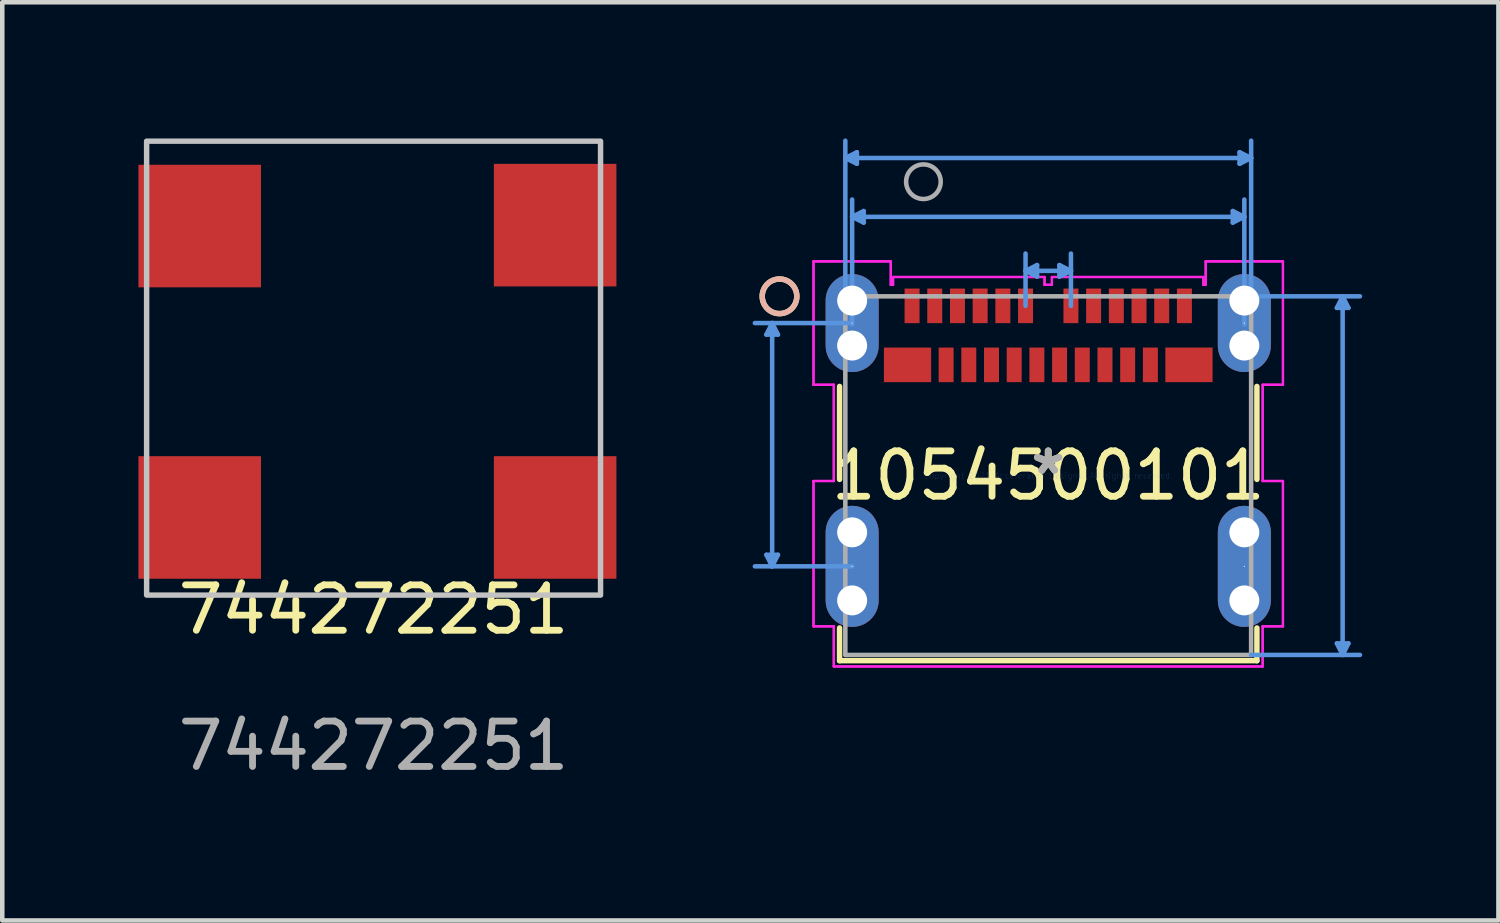
<source format=kicad_pcb>
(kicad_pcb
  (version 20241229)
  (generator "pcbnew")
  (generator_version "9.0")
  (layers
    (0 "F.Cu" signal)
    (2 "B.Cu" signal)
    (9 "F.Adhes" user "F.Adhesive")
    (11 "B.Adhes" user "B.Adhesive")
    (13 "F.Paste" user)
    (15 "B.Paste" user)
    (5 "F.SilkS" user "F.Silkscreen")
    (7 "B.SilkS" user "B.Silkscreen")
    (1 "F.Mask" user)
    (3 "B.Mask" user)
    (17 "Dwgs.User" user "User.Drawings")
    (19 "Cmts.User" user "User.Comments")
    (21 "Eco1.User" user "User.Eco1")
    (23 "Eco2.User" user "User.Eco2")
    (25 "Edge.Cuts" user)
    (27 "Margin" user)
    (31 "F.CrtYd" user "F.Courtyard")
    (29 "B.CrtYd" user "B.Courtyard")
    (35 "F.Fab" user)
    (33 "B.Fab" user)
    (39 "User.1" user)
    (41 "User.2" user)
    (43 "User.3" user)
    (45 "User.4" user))
  (footprint "1054500101"
    (layer "F.Cu")
    (at 20.043 7.428)
    (property "Reference" "1054500101" (at 0 0 0) (layer "F.SilkS") (effects (font (size 1 1) (thickness 0.15))))
    (attr through_hole)
    (fp_line (start -4.597 0.083) (end -4.597 -1.965) (stroke (width 0.12) (type solid)) (layer "F.SilkS"))
    (fp_line (start -4.597 4.077) (end -4.597 3.356) (stroke (width 0.12) (type solid)) (layer "F.SilkS"))
    (fp_line (start 4.597 -1.965) (end 4.597 0.083) (stroke (width 0.12) (type solid)) (layer "F.SilkS"))
    (fp_line (start 4.597 3.356) (end 4.597 4.077) (stroke (width 0.12) (type solid)) (layer "F.SilkS"))
    (fp_line (start 4.597 4.077) (end -4.597 4.077) (stroke (width 0.12) (type solid)) (layer "F.SilkS"))
    (fp_circle (center -5.92 -3.95) (end -5.539 -3.95) (stroke (width 0.12) (type solid)) (fill no) (layer "F.SilkS"))
    (fp_circle (center -5.92 -3.95) (end -5.539 -3.95) (stroke (width 0.12) (type solid)) (fill no) (layer "B.SilkS"))
    (fp_line (start -6.209 1.745) (end -6.082 1.999) (stroke (width 0.1) (type solid)) (layer "Cmts.User"))
    (fp_line (start -6.209 -3.107) (end -6.082 -3.361) (stroke (width 0.1) (type solid)) (layer "Cmts.User"))
    (fp_line (start -6.209 -3.107) (end -5.955 -3.107) (stroke (width 0.1) (type solid)) (layer "Cmts.User"))
    (fp_line (start -6.082 -3.361) (end -6.082 1.999) (stroke (width 0.1) (type solid)) (layer "Cmts.User"))
    (fp_line (start -5.955 1.745) (end -6.209 1.745) (stroke (width 0.1) (type solid)) (layer "Cmts.User"))
    (fp_line (start -5.955 1.745) (end -6.082 1.999) (stroke (width 0.1) (type solid)) (layer "Cmts.User"))
    (fp_line (start -5.955 -3.107) (end -6.082 -3.361) (stroke (width 0.1) (type solid)) (layer "Cmts.User"))
    (fp_line (start -4.47 -6.997) (end 4.47 -6.997) (stroke (width 0.1) (type solid)) (layer "Cmts.User"))
    (fp_line (start -4.47 -3.95) (end -4.47 -7.378) (stroke (width 0.1) (type solid)) (layer "Cmts.User"))
    (fp_line (start -4.32 -5.701) (end 4.32 -5.701) (stroke (width 0.1) (type solid)) (layer "Cmts.User"))
    (fp_line (start -4.32 -3.361) (end -6.463 -3.361) (stroke (width 0.1) (type solid)) (layer "Cmts.User"))
    (fp_line (start -4.32 -3.33) (end -4.32 -6.082) (stroke (width 0.1) (type solid)) (layer "Cmts.User"))
    (fp_line (start -4.32 1.999) (end -6.463 1.999) (stroke (width 0.1) (type solid)) (layer "Cmts.User"))
    (fp_line (start -4.216 -6.87) (end -4.47 -6.997) (stroke (width 0.1) (type solid)) (layer "Cmts.User"))
    (fp_line (start -4.216 -6.87) (end -4.216 -7.124) (stroke (width 0.1) (type solid)) (layer "Cmts.User"))
    (fp_line (start -4.216 -7.124) (end -4.47 -6.997) (stroke (width 0.1) (type solid)) (layer "Cmts.User"))
    (fp_line (start -4.066 -5.574) (end -4.32 -5.701) (stroke (width 0.1) (type solid)) (layer "Cmts.User"))
    (fp_line (start -4.066 -5.574) (end -4.066 -5.828) (stroke (width 0.1) (type solid)) (layer "Cmts.User"))
    (fp_line (start -4.066 -5.828) (end -4.32 -5.701) (stroke (width 0.1) (type solid)) (layer "Cmts.User"))
    (fp_line (start -0.5 -4.511) (end 0.5 -4.511) (stroke (width 0.1) (type solid)) (layer "Cmts.User"))
    (fp_line (start -0.5 -3.74) (end -0.5 -4.892) (stroke (width 0.1) (type solid)) (layer "Cmts.User"))
    (fp_line (start -0.246 -4.384) (end -0.5 -4.511) (stroke (width 0.1) (type solid)) (layer "Cmts.User"))
    (fp_line (start -0.246 -4.384) (end -0.246 -4.638) (stroke (width 0.1) (type solid)) (layer "Cmts.User"))
    (fp_line (start -0.246 -4.638) (end -0.5 -4.511) (stroke (width 0.1) (type solid)) (layer "Cmts.User"))
    (fp_line (start 0.246 -4.638) (end 0.246 -4.384) (stroke (width 0.1) (type solid)) (layer "Cmts.User"))
    (fp_line (start 0.246 -4.638) (end 0.5 -4.511) (stroke (width 0.1) (type solid)) (layer "Cmts.User"))
    (fp_line (start 0.246 -4.384) (end 0.5 -4.511) (stroke (width 0.1) (type solid)) (layer "Cmts.User"))
    (fp_line (start 0.5 -3.74) (end 0.5 -4.892) (stroke (width 0.1) (type solid)) (layer "Cmts.User"))
    (fp_line (start 4.066 -5.828) (end 4.066 -5.574) (stroke (width 0.1) (type solid)) (layer "Cmts.User"))
    (fp_line (start 4.066 -5.828) (end 4.32 -5.701) (stroke (width 0.1) (type solid)) (layer "Cmts.User"))
    (fp_line (start 4.066 -5.574) (end 4.32 -5.701) (stroke (width 0.1) (type solid)) (layer "Cmts.User"))
    (fp_line (start 4.216 -7.124) (end 4.216 -6.87) (stroke (width 0.1) (type solid)) (layer "Cmts.User"))
    (fp_line (start 4.216 -7.124) (end 4.47 -6.997) (stroke (width 0.1) (type solid)) (layer "Cmts.User"))
    (fp_line (start 4.216 -6.87) (end 4.47 -6.997) (stroke (width 0.1) (type solid)) (layer "Cmts.User"))
    (fp_line (start 4.32 -3.33) (end 4.32 -6.082) (stroke (width 0.1) (type solid)) (layer "Cmts.User"))
    (fp_line (start 4.47 -3.95) (end 4.47 -7.378) (stroke (width 0.1) (type solid)) (layer "Cmts.User"))
    (fp_line (start 4.47 -3.95) (end 6.867 -3.95) (stroke (width 0.1) (type solid)) (layer "Cmts.User"))
    (fp_line (start 4.47 3.95) (end 6.867 3.95) (stroke (width 0.1) (type solid)) (layer "Cmts.User"))
    (fp_line (start 6.359 3.696) (end 6.486 3.95) (stroke (width 0.1) (type solid)) (layer "Cmts.User"))
    (fp_line (start 6.359 -3.696) (end 6.486 -3.95) (stroke (width 0.1) (type solid)) (layer "Cmts.User"))
    (fp_line (start 6.359 -3.696) (end 6.613 -3.696) (stroke (width 0.1) (type solid)) (layer "Cmts.User"))
    (fp_line (start 6.486 -3.95) (end 6.486 3.95) (stroke (width 0.1) (type solid)) (layer "Cmts.User"))
    (fp_line (start 6.613 3.696) (end 6.359 3.696) (stroke (width 0.1) (type solid)) (layer "Cmts.User"))
    (fp_line (start 6.613 3.696) (end 6.486 3.95) (stroke (width 0.1) (type solid)) (layer "Cmts.User"))
    (fp_line (start 6.613 -3.696) (end 6.486 -3.95) (stroke (width 0.1) (type solid)) (layer "Cmts.User"))
    (fp_line (start -5.171 -4.72) (end -5.171 -2.002) (stroke (width 0.05) (type solid)) (layer "F.CrtYd"))
    (fp_line (start -5.171 -4.72) (end -5.171 -2.002) (stroke (width 0.05) (type solid)) (layer "F.CrtYd"))
    (fp_line (start -5.171 -2.002) (end -4.724 -2.002) (stroke (width 0.05) (type solid)) (layer "F.CrtYd"))
    (fp_line (start -5.171 -2.002) (end -4.724 -2.002) (stroke (width 0.05) (type solid)) (layer "F.CrtYd"))
    (fp_line (start -5.171 0.119) (end -5.171 3.32) (stroke (width 0.05) (type solid)) (layer "F.CrtYd"))
    (fp_line (start -5.171 0.119) (end -5.171 3.32) (stroke (width 0.05) (type solid)) (layer "F.CrtYd"))
    (fp_line (start -5.171 3.32) (end -4.724 3.32) (stroke (width 0.05) (type solid)) (layer "F.CrtYd"))
    (fp_line (start -5.171 3.32) (end -4.724 3.32) (stroke (width 0.05) (type solid)) (layer "F.CrtYd"))
    (fp_line (start -4.724 -2.002) (end -4.724 0.119) (stroke (width 0.05) (type solid)) (layer "F.CrtYd"))
    (fp_line (start -4.724 -2.002) (end -4.724 0.119) (stroke (width 0.05) (type solid)) (layer "F.CrtYd"))
    (fp_line (start -4.724 0.119) (end -5.171 0.119) (stroke (width 0.05) (type solid)) (layer "F.CrtYd"))
    (fp_line (start -4.724 0.119) (end -5.171 0.119) (stroke (width 0.05) (type solid)) (layer "F.CrtYd"))
    (fp_line (start -4.724 3.32) (end -4.724 4.204) (stroke (width 0.05) (type solid)) (layer "F.CrtYd"))
    (fp_line (start -4.724 3.32) (end -4.724 4.204) (stroke (width 0.05) (type solid)) (layer "F.CrtYd"))
    (fp_line (start -4.724 4.204) (end 4.724 4.204) (stroke (width 0.05) (type solid)) (layer "F.CrtYd"))
    (fp_line (start -4.724 4.204) (end 4.724 4.204) (stroke (width 0.05) (type solid)) (layer "F.CrtYd"))
    (fp_line (start -3.469 -4.72) (end -5.171 -4.72) (stroke (width 0.05) (type solid)) (layer "F.CrtYd"))
    (fp_line (start -3.469 -4.72) (end -5.171 -4.72) (stroke (width 0.05) (type solid)) (layer "F.CrtYd"))
    (fp_line (start -3.469 -4.204) (end -3.469 -4.72) (stroke (width 0.05) (type solid)) (layer "F.CrtYd"))
    (fp_line (start -3.469 -4.204) (end -3.469 -4.72) (stroke (width 0.05) (type solid)) (layer "F.CrtYd"))
    (fp_line (start -3.419 -4.375) (end -3.419 -4.204) (stroke (width 0.05) (type solid)) (layer "F.CrtYd"))
    (fp_line (start -3.419 -4.375) (end -3.419 -4.204) (stroke (width 0.05) (type solid)) (layer "F.CrtYd"))
    (fp_line (start -3.419 -4.204) (end -3.469 -4.204) (stroke (width 0.05) (type solid)) (layer "F.CrtYd"))
    (fp_line (start -3.419 -4.204) (end -3.469 -4.204) (stroke (width 0.05) (type solid)) (layer "F.CrtYd"))
    (fp_line (start -0.081 -4.375) (end -3.419 -4.375) (stroke (width 0.05) (type solid)) (layer "F.CrtYd"))
    (fp_line (start -0.081 -4.375) (end -3.419 -4.375) (stroke (width 0.05) (type solid)) (layer "F.CrtYd"))
    (fp_line (start -0.081 -4.204) (end -0.081 -4.375) (stroke (width 0.05) (type solid)) (layer "F.CrtYd"))
    (fp_line (start -0.081 -4.204) (end -0.081 -4.375) (stroke (width 0.05) (type solid)) (layer "F.CrtYd"))
    (fp_line (start 0.081 -4.375) (end 0.081 -4.204) (stroke (width 0.05) (type solid)) (layer "F.CrtYd"))
    (fp_line (start 0.081 -4.375) (end 0.081 -4.204) (stroke (width 0.05) (type solid)) (layer "F.CrtYd"))
    (fp_line (start 0.081 -4.204) (end -0.081 -4.204) (stroke (width 0.05) (type solid)) (layer "F.CrtYd"))
    (fp_line (start 0.081 -4.204) (end -0.081 -4.204) (stroke (width 0.05) (type solid)) (layer "F.CrtYd"))
    (fp_line (start 3.419 -4.375) (end 0.081 -4.375) (stroke (width 0.05) (type solid)) (layer "F.CrtYd"))
    (fp_line (start 3.419 -4.375) (end 0.081 -4.375) (stroke (width 0.05) (type solid)) (layer "F.CrtYd"))
    (fp_line (start 3.419 -4.204) (end 3.419 -4.375) (stroke (width 0.05) (type solid)) (layer "F.CrtYd"))
    (fp_line (start 3.419 -4.204) (end 3.419 -4.375) (stroke (width 0.05) (type solid)) (layer "F.CrtYd"))
    (fp_line (start 3.469 -4.72) (end 3.469 -4.204) (stroke (width 0.05) (type solid)) (layer "F.CrtYd"))
    (fp_line (start 3.469 -4.72) (end 3.469 -4.204) (stroke (width 0.05) (type solid)) (layer "F.CrtYd"))
    (fp_line (start 3.469 -4.204) (end 3.419 -4.204) (stroke (width 0.05) (type solid)) (layer "F.CrtYd"))
    (fp_line (start 3.469 -4.204) (end 3.419 -4.204) (stroke (width 0.05) (type solid)) (layer "F.CrtYd"))
    (fp_line (start 4.724 -2.002) (end 5.171 -2.002) (stroke (width 0.05) (type solid)) (layer "F.CrtYd"))
    (fp_line (start 4.724 -2.002) (end 5.171 -2.002) (stroke (width 0.05) (type solid)) (layer "F.CrtYd"))
    (fp_line (start 4.724 0.119) (end 4.724 -2.002) (stroke (width 0.05) (type solid)) (layer "F.CrtYd"))
    (fp_line (start 4.724 0.119) (end 4.724 -2.002) (stroke (width 0.05) (type solid)) (layer "F.CrtYd"))
    (fp_line (start 4.724 3.32) (end 5.171 3.32) (stroke (width 0.05) (type solid)) (layer "F.CrtYd"))
    (fp_line (start 4.724 3.32) (end 5.171 3.32) (stroke (width 0.05) (type solid)) (layer "F.CrtYd"))
    (fp_line (start 4.724 4.204) (end 4.724 3.32) (stroke (width 0.05) (type solid)) (layer "F.CrtYd"))
    (fp_line (start 4.724 4.204) (end 4.724 3.32) (stroke (width 0.05) (type solid)) (layer "F.CrtYd"))
    (fp_line (start 5.171 -4.72) (end 3.469 -4.72) (stroke (width 0.05) (type solid)) (layer "F.CrtYd"))
    (fp_line (start 5.171 -4.72) (end 3.469 -4.72) (stroke (width 0.05) (type solid)) (layer "F.CrtYd"))
    (fp_line (start 5.171 -2.002) (end 5.171 -4.72) (stroke (width 0.05) (type solid)) (layer "F.CrtYd"))
    (fp_line (start 5.171 -2.002) (end 5.171 -4.72) (stroke (width 0.05) (type solid)) (layer "F.CrtYd"))
    (fp_line (start 5.171 0.119) (end 4.724 0.119) (stroke (width 0.05) (type solid)) (layer "F.CrtYd"))
    (fp_line (start 5.171 0.119) (end 4.724 0.119) (stroke (width 0.05) (type solid)) (layer "F.CrtYd"))
    (fp_line (start 5.171 3.32) (end 5.171 0.119) (stroke (width 0.05) (type solid)) (layer "F.CrtYd"))
    (fp_line (start 5.171 3.32) (end 5.171 0.119) (stroke (width 0.05) (type solid)) (layer "F.CrtYd"))
    (fp_line (start -4.47 -3.95) (end -4.47 3.95) (stroke (width 0.1) (type solid)) (layer "F.Fab"))
    (fp_line (start -4.47 3.95) (end 4.47 3.95) (stroke (width 0.1) (type solid)) (layer "F.Fab"))
    (fp_line (start 4.47 -3.95) (end -4.47 -3.95) (stroke (width 0.1) (type solid)) (layer "F.Fab"))
    (fp_line (start 4.47 3.95) (end 4.47 -3.95) (stroke (width 0.1) (type solid)) (layer "F.Fab"))
    (fp_circle (center -2.75 -6.475) (end -2.369 -6.475) (stroke (width 0.1) (type solid)) (fill no) (layer "F.Fab"))
    (fp_text user "*" (at 0 0 0) (layer "F.SilkS") (effects (font (size 1 1) (thickness 0.15))))
    (fp_text user "Copyright 2021 Accelerated Designs. All rights reserved." (at 0 0 0) (layer "Cmts.User") (effects (font (size 0.127 0.127) (thickness 0.002))))
    (fp_text user "*" (at 0 0 0) (layer "F.Fab") (effects (font (size 1 1) (thickness 0.15))))
    (pad "" np_thru_hole circle (at -4.32 -3.856) (size 0.66 0.66) (drill 0.66) (layers "*.Cu" "*.Mask"))
    (pad "" np_thru_hole circle (at -4.32 -2.865) (size 0.66 0.66) (drill 0.66) (layers "*.Cu" "*.Mask"))
    (pad "" np_thru_hole circle (at -4.32 1.25) (size 0.66 0.66) (drill 0.66) (layers "*.Cu" "*.Mask"))
    (pad "" np_thru_hole circle (at -4.32 2.749) (size 0.66 0.66) (drill 0.66) (layers "*.Cu" "*.Mask"))
    (pad "" np_thru_hole circle (at 4.32 -3.856) (size 0.66 0.66) (drill 0.66) (layers "*.Cu" "*.Mask"))
    (pad "" np_thru_hole circle (at 4.32 -2.865) (size 0.66 0.66) (drill 0.66) (layers "*.Cu" "*.Mask"))
    (pad "" np_thru_hole circle (at 4.32 1.25) (size 0.66 0.66) (drill 0.66) (layers "*.Cu" "*.Mask"))
    (pad "" np_thru_hole circle (at 4.32 2.749) (size 0.66 0.66) (drill 0.66) (layers "*.Cu" "*.Mask"))
    (pad "25" thru_hole oval (at -4.32 1.999 90) (size 2.667 1.168) (drill 0.025) (layers "*.Cu" "*.Mask"))
    (pad "26" thru_hole oval (at 4.32 1.999 90) (size 2.667 1.168) (drill 0.025) (layers "*.Cu" "*.Mask"))
    (pad "27" thru_hole oval (at -4.32 -3.361 90) (size 2.159 1.168) (drill 0.025) (layers "*.Cu" "*.Mask"))
    (pad "28" thru_hole oval (at 4.32 -3.361 90) (size 2.159 1.168) (drill 0.025) (layers "*.Cu" "*.Mask"))
    (pad "A1" smd rect (at -3 -3.74) (size 0.33 0.762) (layers "F.Cu" "F.Mask" "F.Paste"))
    (pad "A2" smd rect (at -2.5 -3.74) (size 0.33 0.762) (layers "F.Cu" "F.Mask" "F.Paste"))
    (pad "A3" smd rect (at -2 -3.74) (size 0.33 0.762) (layers "F.Cu" "F.Mask" "F.Paste"))
    (pad "A4" smd rect (at -1.5 -3.74) (size 0.33 0.762) (layers "F.Cu" "F.Mask" "F.Paste"))
    (pad "A5" smd rect (at -1 -3.74) (size 0.33 0.762) (layers "F.Cu" "F.Mask" "F.Paste"))
    (pad "A6" smd rect (at -0.5 -3.74) (size 0.33 0.762) (layers "F.Cu" "F.Mask" "F.Paste"))
    (pad "A7" smd rect (at 0.5 -3.74) (size 0.33 0.762) (layers "F.Cu" "F.Mask" "F.Paste"))
    (pad "A8" smd rect (at 1 -3.74) (size 0.33 0.762) (layers "F.Cu" "F.Mask" "F.Paste"))
    (pad "A9" smd rect (at 1.5 -3.74) (size 0.33 0.762) (layers "F.Cu" "F.Mask" "F.Paste"))
    (pad "A10" smd rect (at 2 -3.74) (size 0.33 0.762) (layers "F.Cu" "F.Mask" "F.Paste"))
    (pad "A11" smd rect (at 2.5 -3.74) (size 0.33 0.762) (layers "F.Cu" "F.Mask" "F.Paste"))
    (pad "A12" smd rect (at 3 -3.74) (size 0.33 0.762) (layers "F.Cu" "F.Mask" "F.Paste"))
    (pad "B1" smd rect (at 3.1 -2.44) (size 1.041 0.762) (layers "F.Cu" "F.Mask" "F.Paste"))
    (pad "B2" smd rect (at 2.25 -2.44) (size 0.33 0.762) (layers "F.Cu" "F.Mask" "F.Paste"))
    (pad "B3" smd rect (at 1.75 -2.44) (size 0.33 0.762) (layers "F.Cu" "F.Mask" "F.Paste"))
    (pad "B4" smd rect (at 1.25 -2.44) (size 0.33 0.762) (layers "F.Cu" "F.Mask" "F.Paste"))
    (pad "B5" smd rect (at 0.75 -2.44) (size 0.33 0.762) (layers "F.Cu" "F.Mask" "F.Paste"))
    (pad "B6" smd rect (at 0.25 -2.44) (size 0.33 0.762) (layers "F.Cu" "F.Mask" "F.Paste"))
    (pad "B7" smd rect (at -0.25 -2.44) (size 0.33 0.762) (layers "F.Cu" "F.Mask" "F.Paste"))
    (pad "B8" smd rect (at -0.75 -2.44) (size 0.33 0.762) (layers "F.Cu" "F.Mask" "F.Paste"))
    (pad "B9" smd rect (at -1.25 -2.44) (size 0.33 0.762) (layers "F.Cu" "F.Mask" "F.Paste"))
    (pad "B10" smd rect (at -1.75 -2.44) (size 0.33 0.762) (layers "F.Cu" "F.Mask" "F.Paste"))
    (pad "B11" smd rect (at -2.25 -2.44) (size 0.33 0.762) (layers "F.Cu" "F.Mask" "F.Paste"))
    (pad "B12" smd rect (at -3.1 -2.44) (size 1.041 0.762) (layers "F.Cu" "F.Mask" "F.Paste")))
  (footprint "744272251"
    (layer "F.Cu")
    (at 5.18 5.76)
    (property "Reference" "744272251" (at 0 4.62 0) (unlocked yes) (layer "F.SilkS") (effects (font (size 1 1) (thickness 0.15))))
    (attr smd)
    (fp_rect (start 5 -5.7) (end -5 4.3) (stroke (width 0.12) (type solid)) (fill no) (layer "Dwgs.User"))
    (fp_text user "${REFERENCE}" (at 0 7.62 0) (unlocked yes) (layer "F.Fab") (effects (font (size 1 1) (thickness 0.15))))
    (pad "1" smd rect (at 4 -3.85) (size 2.7 2.7) (layers "F.Cu" "F.Mask" "F.Paste"))
    (pad "2" smd rect (at -3.83 -3.83) (size 2.7 2.7) (layers "F.Cu" "F.Mask" "F.Paste"))
    (pad "3" smd rect (at -3.83 2.59) (size 2.7 2.7) (layers "F.Cu" "F.Mask" "F.Paste"))
    (pad "4" smd rect (at 4 2.59) (size 2.7 2.7) (layers "F.Cu" "F.Mask" "F.Paste")))
  (gr_rect
    (start -3 -3)
    (end 29.961 17.228)
    (stroke (width 0.1) (type default))
    (fill no)
    (layer "Edge.Cuts")))
</source>
